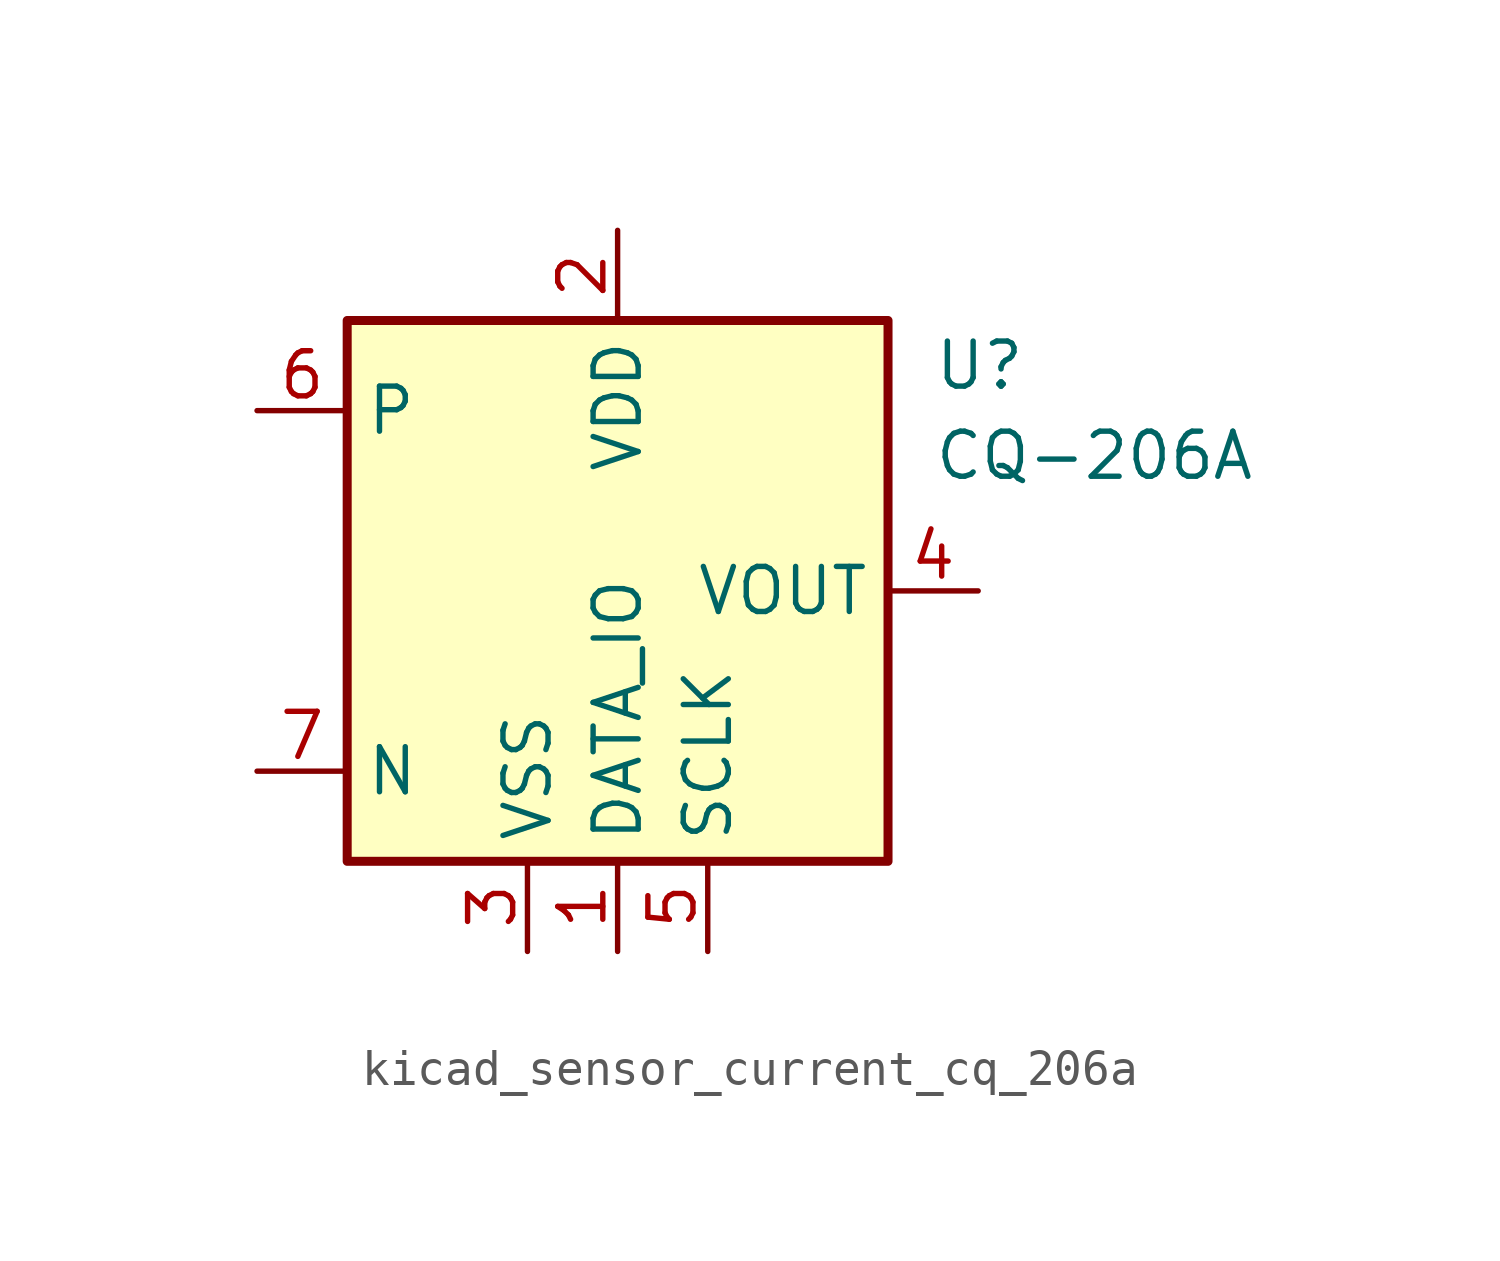
<source format=kicad_sym>
(kicad_symbol_lib
  (version 20220914)
  (generator kicad_symbol_editor)
  (symbol "kicad_sensor_current_cq_206a"
    (property "Reference" "U"
      (at 8.89 6.35 0)
      (effects (font (size 1.27 1.27)) (justify left)))
    (property "Value" "CQ-206A"
      (at 8.89 3.81 0)
      (effects (font (size 1.27 1.27)) (justify left)))
    (symbol "kicad_sensor_current_cq_206a_0_1"
      (rectangle (start -7.62 7.62) (end 7.62 -7.62) (stroke (width 0.254) (type default)) (fill (type background))))
    (symbol "kicad_sensor_current_cq_206a_1_1"
      (pin power_in line (at 0 -10.16 90) (length 2.54) (name "DATA_IO" (effects (font (size 1.27 1.27)))) (number "1" (effects (font (size 1.27 1.27)))))
      (pin power_in line (at 0 10.16 270) (length 2.54) (name "VDD" (effects (font (size 1.27 1.27)))) (number "2" (effects (font (size 1.27 1.27)))))
      (pin power_in line (at -2.54 -10.16 90) (length 2.54) (name "VSS" (effects (font (size 1.27 1.27)))) (number "3" (effects (font (size 1.27 1.27)))))
      (pin output line (at 10.16 0 180) (length 2.54) (name "VOUT" (effects (font (size 1.27 1.27)))) (number "4" (effects (font (size 1.27 1.27)))))
      (pin power_in line (at 2.54 -10.16 90) (length 2.54) (name "SCLK" (effects (font (size 1.27 1.27)))) (number "5" (effects (font (size 1.27 1.27)))))
      (pin passive line (at -10.16 5.08 0) (length 2.54) (name "P" (effects (font (size 1.27 1.27)))) (number "6" (effects (font (size 1.27 1.27)))))
      (pin passive line (at -10.16 -5.08 0) (length 2.54) (name "N" (effects (font (size 1.27 1.27)))) (number "7" (effects (font (size 1.27 1.27))))))))
</source>
